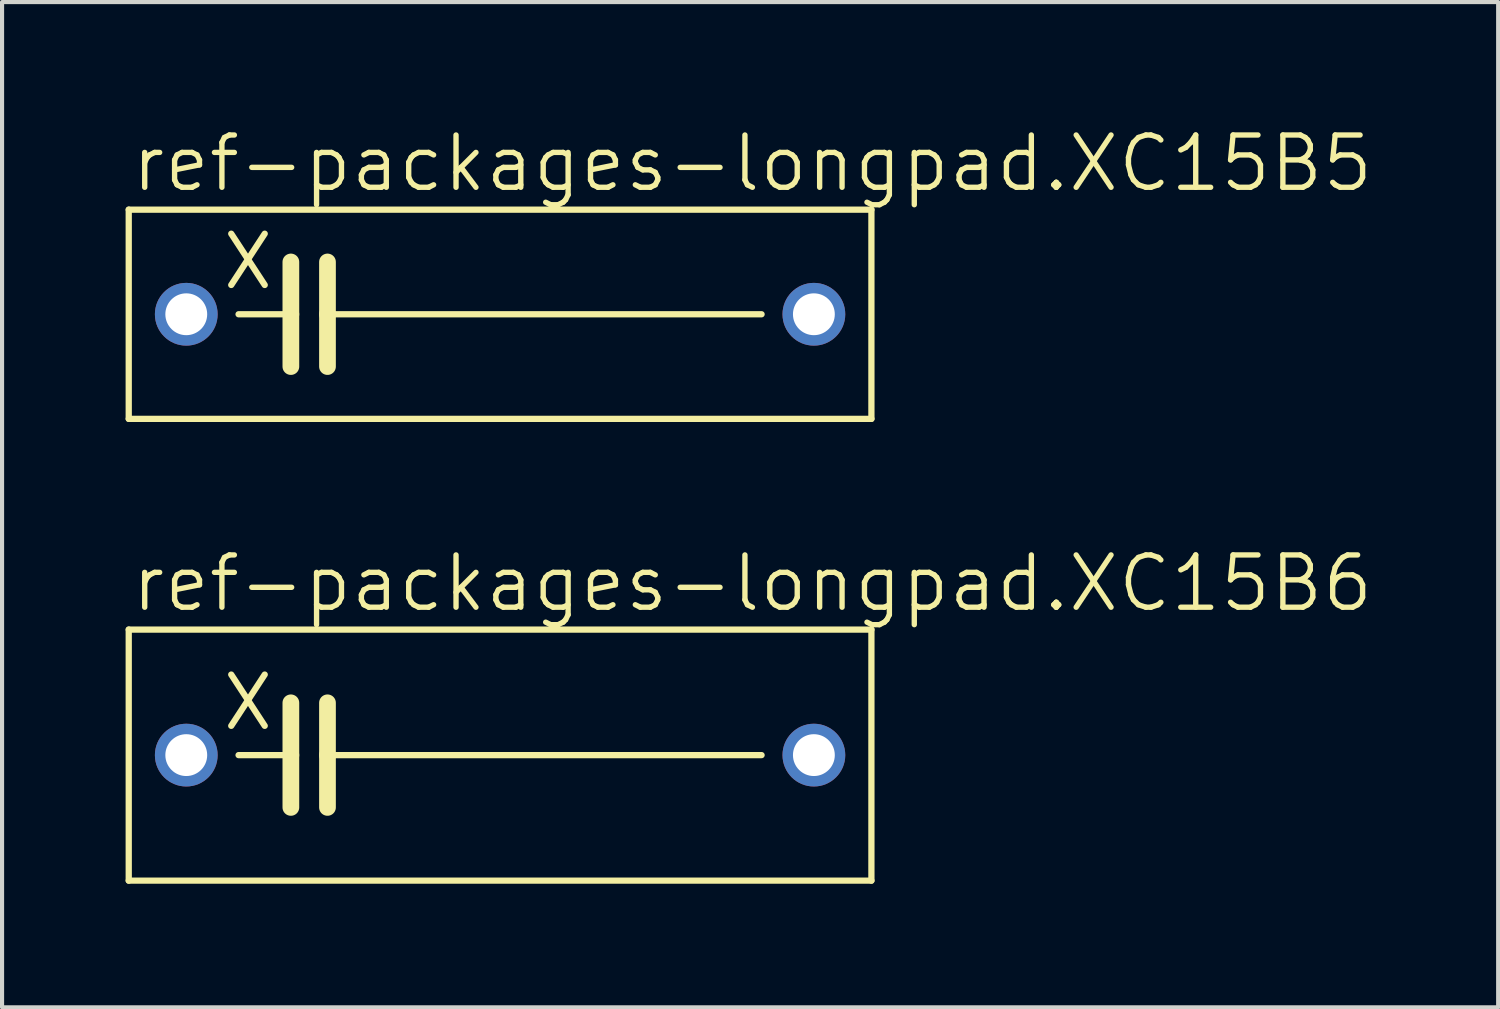
<source format=kicad_pcb>
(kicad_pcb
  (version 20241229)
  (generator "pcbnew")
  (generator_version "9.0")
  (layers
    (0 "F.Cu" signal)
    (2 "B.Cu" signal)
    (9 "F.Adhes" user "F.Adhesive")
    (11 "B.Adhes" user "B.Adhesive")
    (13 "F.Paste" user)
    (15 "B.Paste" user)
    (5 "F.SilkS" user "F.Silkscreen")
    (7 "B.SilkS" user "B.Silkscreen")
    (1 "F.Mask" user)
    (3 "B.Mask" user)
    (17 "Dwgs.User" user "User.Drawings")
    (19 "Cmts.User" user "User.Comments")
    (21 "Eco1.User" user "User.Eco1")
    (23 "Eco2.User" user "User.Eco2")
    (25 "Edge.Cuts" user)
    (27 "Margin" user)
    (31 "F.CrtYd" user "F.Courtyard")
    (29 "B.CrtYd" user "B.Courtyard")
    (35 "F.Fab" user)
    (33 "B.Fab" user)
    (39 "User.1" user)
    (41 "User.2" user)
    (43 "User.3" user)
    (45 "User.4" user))
  (footprint "ref-packages-longpad.XC15B5"
    (layer "F.Cu")
    (at 9.093 4.581)
    (property "Reference" "ref-packages-longpad.XC15B5" (at -9.017 -2.921 0) (layer "F.SilkS") (effects (font (size 1.27 1.27) (thickness 0.13)) (justify left bottom)))
    (attr through_hole)
    (fp_line (start -9.017 2.54) (end -9.017 -2.54) (stroke (width 0.152) (type default)) (layer "F.SilkS"))
    (fp_line (start -9.017 2.54) (end 9.017 2.54) (stroke (width 0.152) (type default)) (layer "F.SilkS"))
    (fp_line (start -6.528 -1.956) (end -5.715 -0.711) (stroke (width 0.152) (type default)) (layer "F.SilkS"))
    (fp_line (start -6.528 -0.711) (end -5.715 -1.956) (stroke (width 0.152) (type default)) (layer "F.SilkS"))
    (fp_line (start -6.35 0) (end -5.08 0) (stroke (width 0.152) (type default)) (layer "F.SilkS"))
    (fp_line (start -5.08 -1.27) (end -5.08 0) (stroke (width 0.406) (type default)) (layer "F.SilkS"))
    (fp_line (start -5.08 0) (end -5.08 1.27) (stroke (width 0.406) (type default)) (layer "F.SilkS"))
    (fp_line (start -4.191 -1.27) (end -4.191 0) (stroke (width 0.406) (type default)) (layer "F.SilkS"))
    (fp_line (start -4.191 0) (end -4.191 1.27) (stroke (width 0.406) (type default)) (layer "F.SilkS"))
    (fp_line (start 6.35 0) (end -4.191 0) (stroke (width 0.152) (type default)) (layer "F.SilkS"))
    (fp_line (start 9.017 -2.54) (end -9.017 -2.54) (stroke (width 0.152) (type default)) (layer "F.SilkS"))
    (fp_line (start 9.017 -2.54) (end 9.017 2.54) (stroke (width 0.152) (type default)) (layer "F.SilkS"))
    (pad "1" thru_hole circle (at -7.62 0) (size 1.524 1.524) (drill 1.016) (layers "*.Cu" "*.Mask"))
    (pad "2" thru_hole circle (at 7.62 0) (size 1.524 1.524) (drill 1.016) (layers "*.Cu" "*.Mask")))
  (footprint "ref-packages-longpad.XC15B6"
    (layer "F.Cu")
    (at 9.093 15.286)
    (property "Reference" "ref-packages-longpad.XC15B6" (at -9.017 -3.429 0) (layer "F.SilkS") (effects (font (size 1.27 1.27) (thickness 0.13)) (justify left bottom)))
    (attr through_hole)
    (fp_line (start -9.017 3.048) (end -9.017 -3.048) (stroke (width 0.152) (type default)) (layer "F.SilkS"))
    (fp_line (start -9.017 3.048) (end 9.017 3.048) (stroke (width 0.152) (type default)) (layer "F.SilkS"))
    (fp_line (start -6.528 -1.956) (end -5.715 -0.711) (stroke (width 0.152) (type default)) (layer "F.SilkS"))
    (fp_line (start -6.528 -0.711) (end -5.715 -1.956) (stroke (width 0.152) (type default)) (layer "F.SilkS"))
    (fp_line (start -6.35 0) (end -5.08 0) (stroke (width 0.152) (type default)) (layer "F.SilkS"))
    (fp_line (start -5.08 -1.27) (end -5.08 0) (stroke (width 0.406) (type default)) (layer "F.SilkS"))
    (fp_line (start -5.08 0) (end -5.08 1.27) (stroke (width 0.406) (type default)) (layer "F.SilkS"))
    (fp_line (start -4.191 -1.27) (end -4.191 0) (stroke (width 0.406) (type default)) (layer "F.SilkS"))
    (fp_line (start -4.191 0) (end -4.191 1.27) (stroke (width 0.406) (type default)) (layer "F.SilkS"))
    (fp_line (start 6.35 0) (end -4.191 0) (stroke (width 0.152) (type default)) (layer "F.SilkS"))
    (fp_line (start 9.017 -3.048) (end -9.017 -3.048) (stroke (width 0.152) (type default)) (layer "F.SilkS"))
    (fp_line (start 9.017 -3.048) (end 9.017 3.048) (stroke (width 0.152) (type default)) (layer "F.SilkS"))
    (pad "1" thru_hole circle (at -7.62 0) (size 1.524 1.524) (drill 1.016) (layers "*.Cu" "*.Mask"))
    (pad "2" thru_hole circle (at 7.62 0) (size 1.524 1.524) (drill 1.016) (layers "*.Cu" "*.Mask")))
  (gr_rect
    (start -3 -3)
    (end 33.329 21.41)
    (stroke (width 0.1) (type default))
    (fill no)
    (layer "Edge.Cuts")))
</source>
